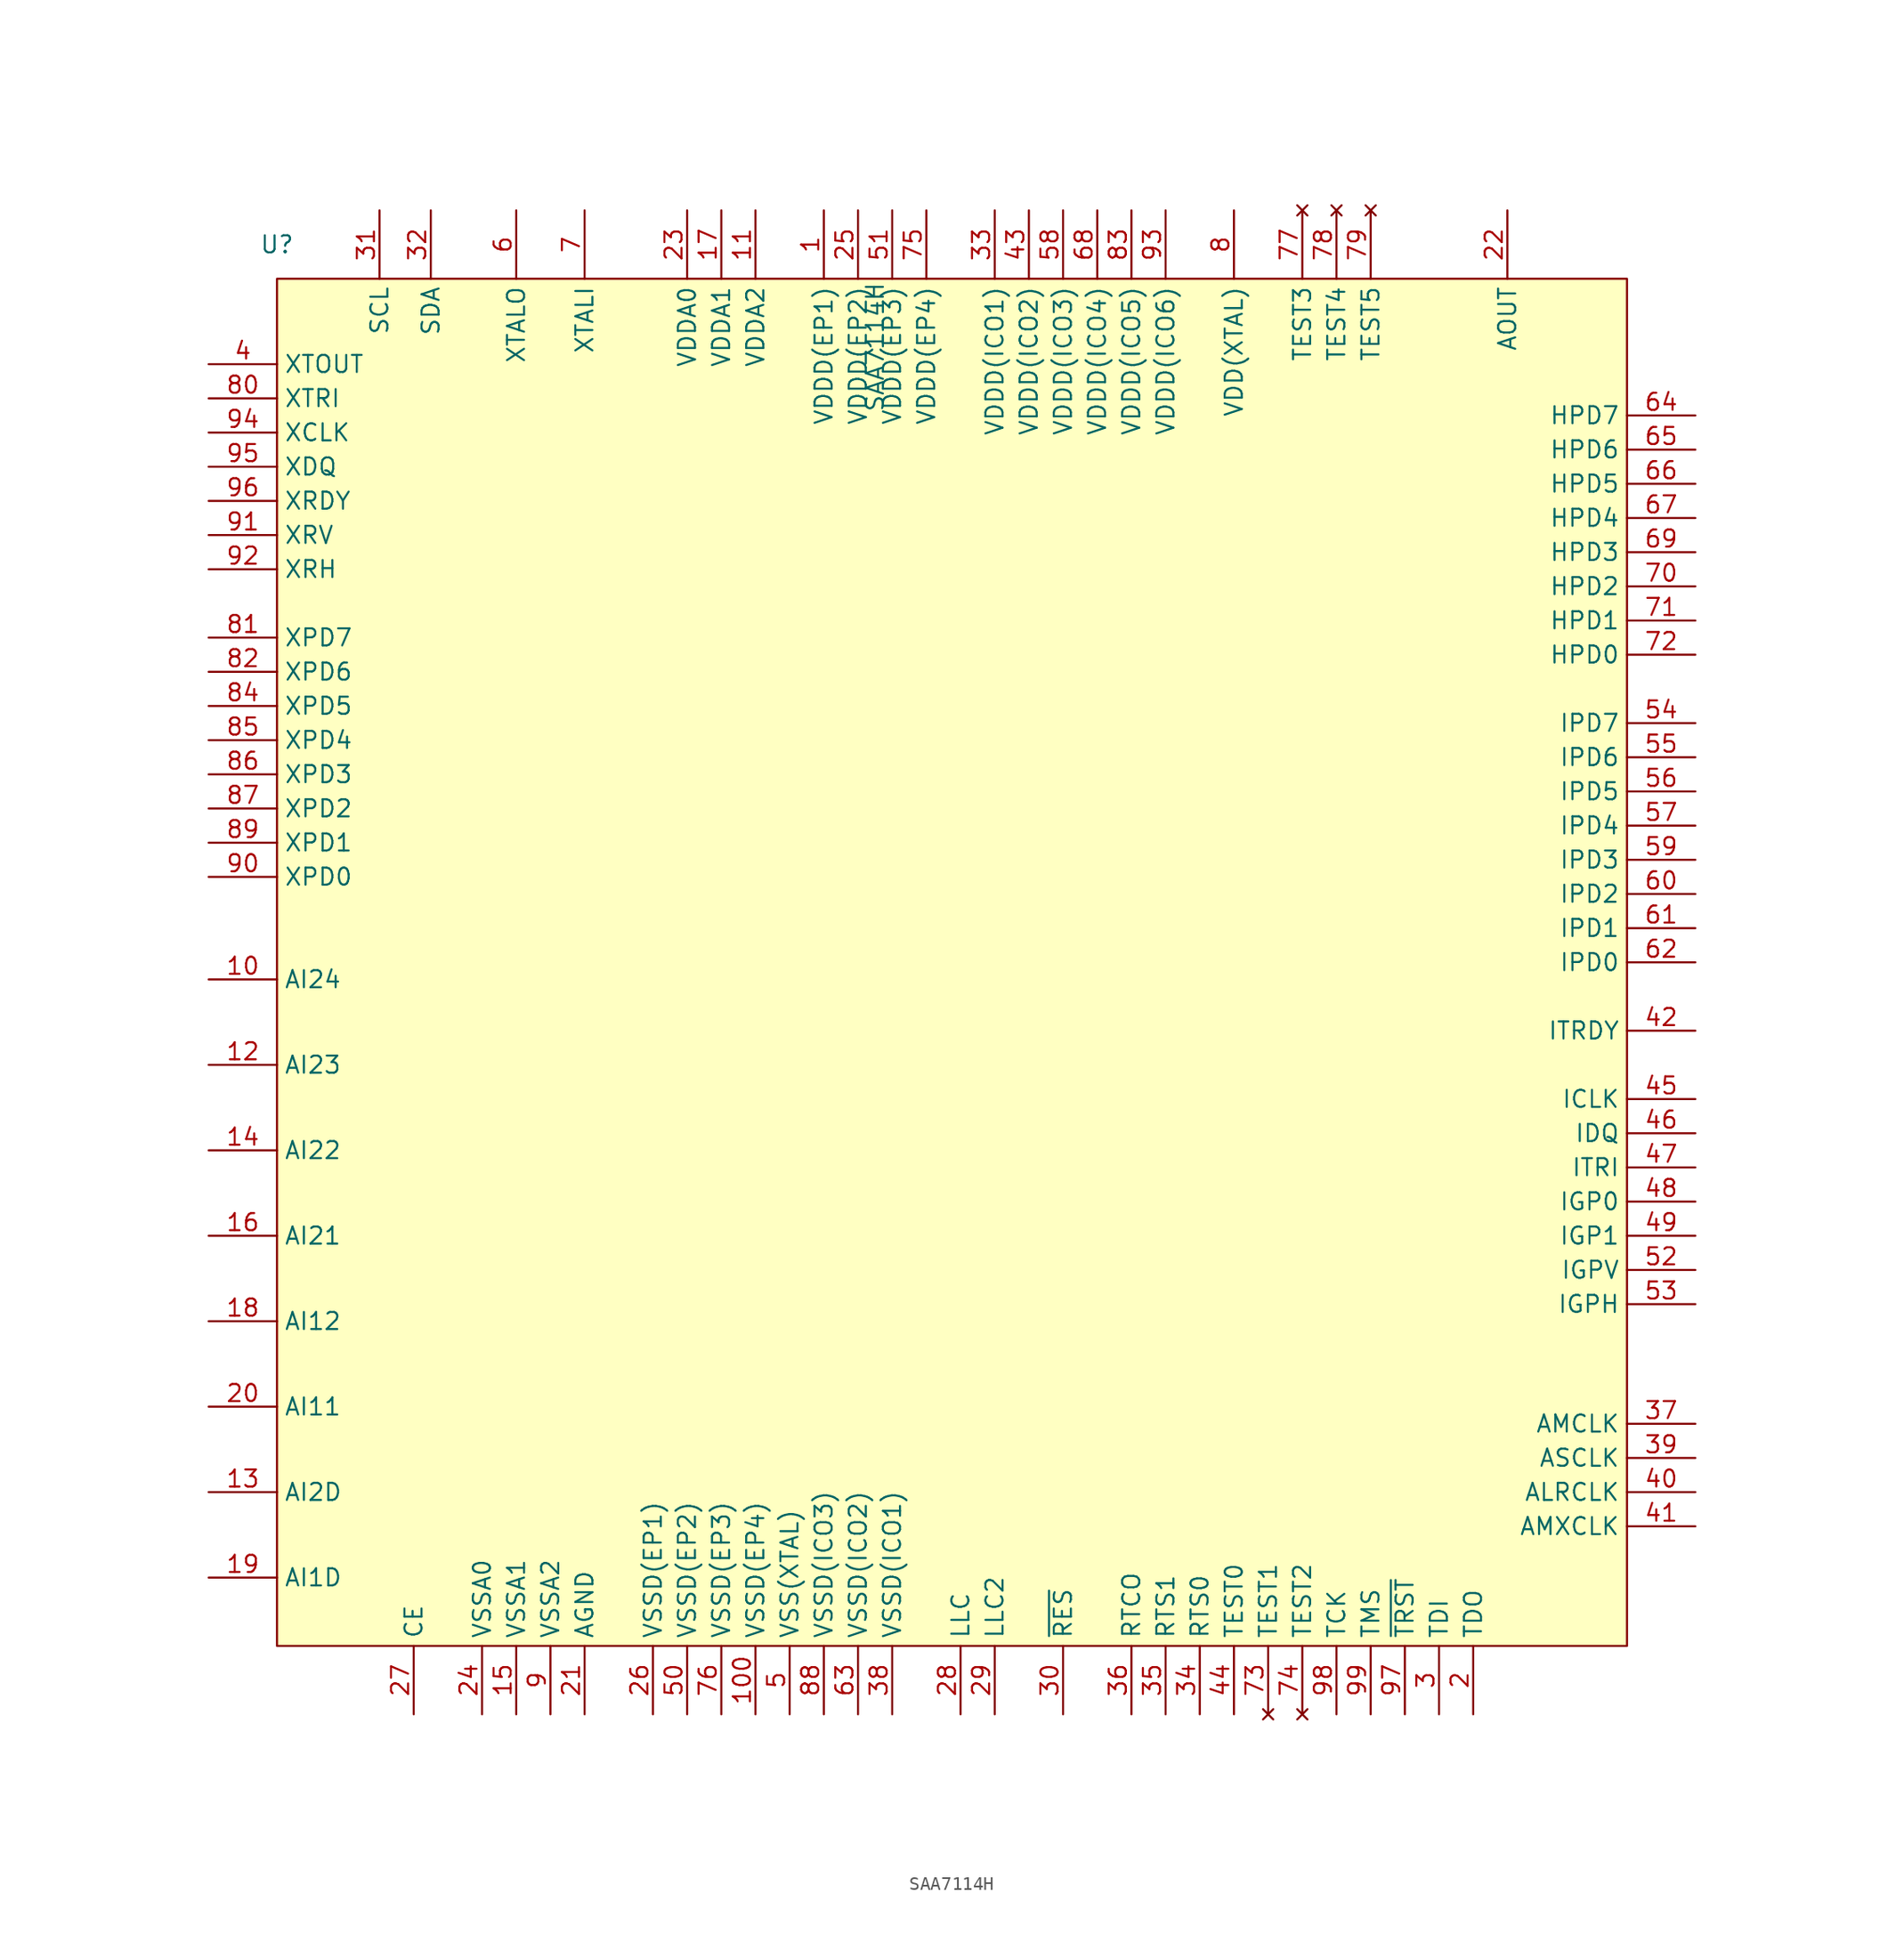
<source format=kicad_sym>
(kicad_symbol_lib
  (version 20220914)
  (generator kicad_symbol_editor)
  (symbol "SAA7114H"
    (property "Reference" "U"
      (at -50.8 53.34 0)
      (effects (font (size 1.27 1.27))))
    (property "Value" "SAA7114H"
      (at -6.35 45.72 90)
      (effects (font (size 1.27 1.27))))
    (symbol "SAA7114H_1_1"
      (rectangle (start -50.8 50.8) (end 49.53 -50.8) (stroke (width 0) (type default)) (fill (type background)))
      (pin power_in line (at -10.16 55.88 270) (length 5.08) (name "VDDD(EP1)" (effects (font (size 1.27 1.27)))) (number "1" (effects (font (size 1.27 1.27)))))
      (pin input line (at -55.88 -1.27 0) (length 5.08) (name "AI24" (effects (font (size 1.27 1.27)))) (number "10" (effects (font (size 1.27 1.27)))))
      (pin power_in line (at -15.24 -55.88 90) (length 5.08) (name "VSSD(EP4)" (effects (font (size 1.27 1.27)))) (number "100" (effects (font (size 1.27 1.27)))))
      (pin power_in line (at -15.24 55.88 270) (length 5.08) (name "VDDA2" (effects (font (size 1.27 1.27)))) (number "11" (effects (font (size 1.27 1.27)))))
      (pin input line (at -55.88 -7.62 0) (length 5.08) (name "AI23" (effects (font (size 1.27 1.27)))) (number "12" (effects (font (size 1.27 1.27)))))
      (pin input line (at -55.88 -39.37 0) (length 5.08) (name "AI2D" (effects (font (size 1.27 1.27)))) (number "13" (effects (font (size 1.27 1.27)))))
      (pin input line (at -55.88 -13.97 0) (length 5.08) (name "AI22" (effects (font (size 1.27 1.27)))) (number "14" (effects (font (size 1.27 1.27)))))
      (pin power_in line (at -33.02 -55.88 90) (length 5.08) (name "VSSA1" (effects (font (size 1.27 1.27)))) (number "15" (effects (font (size 1.27 1.27)))))
      (pin input line (at -55.88 -20.32 0) (length 5.08) (name "AI21" (effects (font (size 1.27 1.27)))) (number "16" (effects (font (size 1.27 1.27)))))
      (pin power_in line (at -17.78 55.88 270) (length 5.08) (name "VDDA1" (effects (font (size 1.27 1.27)))) (number "17" (effects (font (size 1.27 1.27)))))
      (pin input line (at -55.88 -26.67 0) (length 5.08) (name "AI12" (effects (font (size 1.27 1.27)))) (number "18" (effects (font (size 1.27 1.27)))))
      (pin input line (at -55.88 -45.72 0) (length 5.08) (name "AI1D" (effects (font (size 1.27 1.27)))) (number "19" (effects (font (size 1.27 1.27)))))
      (pin tri_state line (at 38.1 -55.88 90) (length 5.08) (name "TDO" (effects (font (size 1.27 1.27)))) (number "2" (effects (font (size 1.27 1.27)))))
      (pin input line (at -55.88 -33.02 0) (length 5.08) (name "AI11" (effects (font (size 1.27 1.27)))) (number "20" (effects (font (size 1.27 1.27)))))
      (pin power_in line (at -27.94 -55.88 90) (length 5.08) (name "AGND" (effects (font (size 1.27 1.27)))) (number "21" (effects (font (size 1.27 1.27)))))
      (pin output line (at 40.64 55.88 270) (length 5.08) (name "AOUT" (effects (font (size 1.27 1.27)))) (number "22" (effects (font (size 1.27 1.27)))))
      (pin power_in line (at -20.32 55.88 270) (length 5.08) (name "VDDA0" (effects (font (size 1.27 1.27)))) (number "23" (effects (font (size 1.27 1.27)))))
      (pin power_in line (at -35.56 -55.88 90) (length 5.08) (name "VSSA0" (effects (font (size 1.27 1.27)))) (number "24" (effects (font (size 1.27 1.27)))))
      (pin power_in line (at -7.62 55.88 270) (length 5.08) (name "VDDD(EP2)" (effects (font (size 1.27 1.27)))) (number "25" (effects (font (size 1.27 1.27)))))
      (pin power_in line (at -22.86 -55.88 90) (length 5.08) (name "VSSD(EP1)" (effects (font (size 1.27 1.27)))) (number "26" (effects (font (size 1.27 1.27)))))
      (pin input line (at -40.64 -55.88 90) (length 5.08) (name "CE" (effects (font (size 1.27 1.27)))) (number "27" (effects (font (size 1.27 1.27)))))
      (pin output line (at 0 -55.88 90) (length 5.08) (name "LLC" (effects (font (size 1.27 1.27)))) (number "28" (effects (font (size 1.27 1.27)))))
      (pin output line (at 2.54 -55.88 90) (length 5.08) (name "LLC2" (effects (font (size 1.27 1.27)))) (number "29" (effects (font (size 1.27 1.27)))))
      (pin input line (at 35.56 -55.88 90) (length 5.08) (name "TDI" (effects (font (size 1.27 1.27)))) (number "3" (effects (font (size 1.27 1.27)))))
      (pin output line (at 7.62 -55.88 90) (length 5.08) (name "~{RES}" (effects (font (size 1.27 1.27)))) (number "30" (effects (font (size 1.27 1.27)))))
      (pin input line (at -43.18 55.88 270) (length 5.08) (name "SCL" (effects (font (size 1.27 1.27)))) (number "31" (effects (font (size 1.27 1.27)))))
      (pin bidirectional line (at -39.37 55.88 270) (length 5.08) (name "SDA" (effects (font (size 1.27 1.27)))) (number "32" (effects (font (size 1.27 1.27)))))
      (pin power_in line (at 2.54 55.88 270) (length 5.08) (name "VDDD(ICO1)" (effects (font (size 1.27 1.27)))) (number "33" (effects (font (size 1.27 1.27)))))
      (pin output line (at 17.78 -55.88 90) (length 5.08) (name "RTS0" (effects (font (size 1.27 1.27)))) (number "34" (effects (font (size 1.27 1.27)))))
      (pin output line (at 15.24 -55.88 90) (length 5.08) (name "RTS1" (effects (font (size 1.27 1.27)))) (number "35" (effects (font (size 1.27 1.27)))))
      (pin output line (at 12.7 -55.88 90) (length 5.08) (name "RTCO" (effects (font (size 1.27 1.27)))) (number "36" (effects (font (size 1.27 1.27)))))
      (pin output line (at 54.61 -34.29 180) (length 5.08) (name "AMCLK" (effects (font (size 1.27 1.27)))) (number "37" (effects (font (size 1.27 1.27)))))
      (pin power_in line (at -5.08 -55.88 90) (length 5.08) (name "VSSD(ICO1)" (effects (font (size 1.27 1.27)))) (number "38" (effects (font (size 1.27 1.27)))))
      (pin output line (at 54.61 -36.83 180) (length 5.08) (name "ASCLK" (effects (font (size 1.27 1.27)))) (number "39" (effects (font (size 1.27 1.27)))))
      (pin output line (at -55.88 44.45 0) (length 5.08) (name "XTOUT" (effects (font (size 1.27 1.27)))) (number "4" (effects (font (size 1.27 1.27)))))
      (pin output line (at 54.61 -39.37 180) (length 5.08) (name "ALRCLK" (effects (font (size 1.27 1.27)))) (number "40" (effects (font (size 1.27 1.27)))))
      (pin input line (at 54.61 -41.91 180) (length 5.08) (name "AMXCLK" (effects (font (size 1.27 1.27)))) (number "41" (effects (font (size 1.27 1.27)))))
      (pin input line (at 54.61 -5.08 180) (length 5.08) (name "ITRDY" (effects (font (size 1.27 1.27)))) (number "42" (effects (font (size 1.27 1.27)))))
      (pin power_in line (at 5.08 55.88 270) (length 5.08) (name "VDDD(ICO2)" (effects (font (size 1.27 1.27)))) (number "43" (effects (font (size 1.27 1.27)))))
      (pin output line (at 20.32 -55.88 90) (length 5.08) (name "TEST0" (effects (font (size 1.27 1.27)))) (number "44" (effects (font (size 1.27 1.27)))))
      (pin bidirectional line (at 54.61 -10.16 180) (length 5.08) (name "ICLK" (effects (font (size 1.27 1.27)))) (number "45" (effects (font (size 1.27 1.27)))))
      (pin output line (at 54.61 -12.7 180) (length 5.08) (name "IDQ" (effects (font (size 1.27 1.27)))) (number "46" (effects (font (size 1.27 1.27)))))
      (pin input line (at 54.61 -15.24 180) (length 5.08) (name "ITRI" (effects (font (size 1.27 1.27)))) (number "47" (effects (font (size 1.27 1.27)))))
      (pin output line (at 54.61 -17.78 180) (length 5.08) (name "IGP0" (effects (font (size 1.27 1.27)))) (number "48" (effects (font (size 1.27 1.27)))))
      (pin output line (at 54.61 -20.32 180) (length 5.08) (name "IGP1" (effects (font (size 1.27 1.27)))) (number "49" (effects (font (size 1.27 1.27)))))
      (pin power_in line (at -12.7 -55.88 90) (length 5.08) (name "VSS(XTAL)" (effects (font (size 1.27 1.27)))) (number "5" (effects (font (size 1.27 1.27)))))
      (pin power_in line (at -20.32 -55.88 90) (length 5.08) (name "VSSD(EP2)" (effects (font (size 1.27 1.27)))) (number "50" (effects (font (size 1.27 1.27)))))
      (pin power_in line (at -5.08 55.88 270) (length 5.08) (name "VDDD(EP3)" (effects (font (size 1.27 1.27)))) (number "51" (effects (font (size 1.27 1.27)))))
      (pin output line (at 54.61 -22.86 180) (length 5.08) (name "IGPV" (effects (font (size 1.27 1.27)))) (number "52" (effects (font (size 1.27 1.27)))))
      (pin output line (at 54.61 -25.4 180) (length 5.08) (name "IGPH" (effects (font (size 1.27 1.27)))) (number "53" (effects (font (size 1.27 1.27)))))
      (pin output line (at 54.61 17.78 180) (length 5.08) (name "IPD7" (effects (font (size 1.27 1.27)))) (number "54" (effects (font (size 1.27 1.27)))))
      (pin output line (at 54.61 15.24 180) (length 5.08) (name "IPD6" (effects (font (size 1.27 1.27)))) (number "55" (effects (font (size 1.27 1.27)))))
      (pin output line (at 54.61 12.7 180) (length 5.08) (name "IPD5" (effects (font (size 1.27 1.27)))) (number "56" (effects (font (size 1.27 1.27)))))
      (pin output line (at 54.61 10.16 180) (length 5.08) (name "IPD4" (effects (font (size 1.27 1.27)))) (number "57" (effects (font (size 1.27 1.27)))))
      (pin power_in line (at 7.62 55.88 270) (length 5.08) (name "VDDD(ICO3)" (effects (font (size 1.27 1.27)))) (number "58" (effects (font (size 1.27 1.27)))))
      (pin output line (at 54.61 7.62 180) (length 5.08) (name "IPD3" (effects (font (size 1.27 1.27)))) (number "59" (effects (font (size 1.27 1.27)))))
      (pin output line (at -33.02 55.88 270) (length 5.08) (name "XTALO" (effects (font (size 1.27 1.27)))) (number "6" (effects (font (size 1.27 1.27)))))
      (pin output line (at 54.61 5.08 180) (length 5.08) (name "IPD2" (effects (font (size 1.27 1.27)))) (number "60" (effects (font (size 1.27 1.27)))))
      (pin output line (at 54.61 2.54 180) (length 5.08) (name "IPD1" (effects (font (size 1.27 1.27)))) (number "61" (effects (font (size 1.27 1.27)))))
      (pin output line (at 54.61 0 180) (length 5.08) (name "IPD0" (effects (font (size 1.27 1.27)))) (number "62" (effects (font (size 1.27 1.27)))))
      (pin power_in line (at -7.62 -55.88 90) (length 5.08) (name "VSSD(ICO2)" (effects (font (size 1.27 1.27)))) (number "63" (effects (font (size 1.27 1.27)))))
      (pin bidirectional line (at 54.61 40.64 180) (length 5.08) (name "HPD7" (effects (font (size 1.27 1.27)))) (number "64" (effects (font (size 1.27 1.27)))))
      (pin bidirectional line (at 54.61 38.1 180) (length 5.08) (name "HPD6" (effects (font (size 1.27 1.27)))) (number "65" (effects (font (size 1.27 1.27)))))
      (pin bidirectional line (at 54.61 35.56 180) (length 5.08) (name "HPD5" (effects (font (size 1.27 1.27)))) (number "66" (effects (font (size 1.27 1.27)))))
      (pin bidirectional line (at 54.61 33.02 180) (length 5.08) (name "HPD4" (effects (font (size 1.27 1.27)))) (number "67" (effects (font (size 1.27 1.27)))))
      (pin power_in line (at 10.16 55.88 270) (length 5.08) (name "VDDD(ICO4)" (effects (font (size 1.27 1.27)))) (number "68" (effects (font (size 1.27 1.27)))))
      (pin bidirectional line (at 54.61 30.48 180) (length 5.08) (name "HPD3" (effects (font (size 1.27 1.27)))) (number "69" (effects (font (size 1.27 1.27)))))
      (pin input line (at -27.94 55.88 270) (length 5.08) (name "XTALI" (effects (font (size 1.27 1.27)))) (number "7" (effects (font (size 1.27 1.27)))))
      (pin bidirectional line (at 54.61 27.94 180) (length 5.08) (name "HPD2" (effects (font (size 1.27 1.27)))) (number "70" (effects (font (size 1.27 1.27)))))
      (pin bidirectional line (at 54.61 25.4 180) (length 5.08) (name "HPD1" (effects (font (size 1.27 1.27)))) (number "71" (effects (font (size 1.27 1.27)))))
      (pin bidirectional line (at 54.61 22.86 180) (length 5.08) (name "HPD0" (effects (font (size 1.27 1.27)))) (number "72" (effects (font (size 1.27 1.27)))))
      (pin no_connect line (at 22.86 -55.88 90) (length 5.08) (name "TEST1" (effects (font (size 1.27 1.27)))) (number "73" (effects (font (size 1.27 1.27)))))
      (pin no_connect line (at 25.4 -55.88 90) (length 5.08) (name "TEST2" (effects (font (size 1.27 1.27)))) (number "74" (effects (font (size 1.27 1.27)))))
      (pin power_in line (at -2.54 55.88 270) (length 5.08) (name "VDDD(EP4)" (effects (font (size 1.27 1.27)))) (number "75" (effects (font (size 1.27 1.27)))))
      (pin power_in line (at -17.78 -55.88 90) (length 5.08) (name "VSSD(EP3)" (effects (font (size 1.27 1.27)))) (number "76" (effects (font (size 1.27 1.27)))))
      (pin no_connect line (at 25.4 55.88 270) (length 5.08) (name "TEST3" (effects (font (size 1.27 1.27)))) (number "77" (effects (font (size 1.27 1.27)))))
      (pin no_connect line (at 27.94 55.88 270) (length 5.08) (name "TEST4" (effects (font (size 1.27 1.27)))) (number "78" (effects (font (size 1.27 1.27)))))
      (pin no_connect line (at 30.48 55.88 270) (length 5.08) (name "TEST5" (effects (font (size 1.27 1.27)))) (number "79" (effects (font (size 1.27 1.27)))))
      (pin power_in line (at 20.32 55.88 270) (length 5.08) (name "VDD(XTAL)" (effects (font (size 1.27 1.27)))) (number "8" (effects (font (size 1.27 1.27)))))
      (pin input line (at -55.88 41.91 0) (length 5.08) (name "XTRI" (effects (font (size 1.27 1.27)))) (number "80" (effects (font (size 1.27 1.27)))))
      (pin bidirectional line (at -55.88 24.13 0) (length 5.08) (name "XPD7" (effects (font (size 1.27 1.27)))) (number "81" (effects (font (size 1.27 1.27)))))
      (pin bidirectional line (at -55.88 21.59 0) (length 5.08) (name "XPD6" (effects (font (size 1.27 1.27)))) (number "82" (effects (font (size 1.27 1.27)))))
      (pin power_in line (at 12.7 55.88 270) (length 5.08) (name "VDDD(ICO5)" (effects (font (size 1.27 1.27)))) (number "83" (effects (font (size 1.27 1.27)))))
      (pin bidirectional line (at -55.88 19.05 0) (length 5.08) (name "XPD5" (effects (font (size 1.27 1.27)))) (number "84" (effects (font (size 1.27 1.27)))))
      (pin bidirectional line (at -55.88 16.51 0) (length 5.08) (name "XPD4" (effects (font (size 1.27 1.27)))) (number "85" (effects (font (size 1.27 1.27)))))
      (pin bidirectional line (at -55.88 13.97 0) (length 5.08) (name "XPD3" (effects (font (size 1.27 1.27)))) (number "86" (effects (font (size 1.27 1.27)))))
      (pin bidirectional line (at -55.88 11.43 0) (length 5.08) (name "XPD2" (effects (font (size 1.27 1.27)))) (number "87" (effects (font (size 1.27 1.27)))))
      (pin power_in line (at -10.16 -55.88 90) (length 5.08) (name "VSSD(ICO3)" (effects (font (size 1.27 1.27)))) (number "88" (effects (font (size 1.27 1.27)))))
      (pin bidirectional line (at -55.88 8.89 0) (length 5.08) (name "XPD1" (effects (font (size 1.27 1.27)))) (number "89" (effects (font (size 1.27 1.27)))))
      (pin power_in line (at -30.48 -55.88 90) (length 5.08) (name "VSSA2" (effects (font (size 1.27 1.27)))) (number "9" (effects (font (size 1.27 1.27)))))
      (pin bidirectional line (at -55.88 6.35 0) (length 5.08) (name "XPD0" (effects (font (size 1.27 1.27)))) (number "90" (effects (font (size 1.27 1.27)))))
      (pin bidirectional line (at -55.88 31.75 0) (length 5.08) (name "XRV" (effects (font (size 1.27 1.27)))) (number "91" (effects (font (size 1.27 1.27)))))
      (pin bidirectional line (at -55.88 29.21 0) (length 5.08) (name "XRH" (effects (font (size 1.27 1.27)))) (number "92" (effects (font (size 1.27 1.27)))))
      (pin power_in line (at 15.24 55.88 270) (length 5.08) (name "VDDD(ICO6)" (effects (font (size 1.27 1.27)))) (number "93" (effects (font (size 1.27 1.27)))))
      (pin bidirectional line (at -55.88 39.37 0) (length 5.08) (name "XCLK" (effects (font (size 1.27 1.27)))) (number "94" (effects (font (size 1.27 1.27)))))
      (pin bidirectional line (at -55.88 36.83 0) (length 5.08) (name "XDQ" (effects (font (size 1.27 1.27)))) (number "95" (effects (font (size 1.27 1.27)))))
      (pin output line (at -55.88 34.29 0) (length 5.08) (name "XRDY" (effects (font (size 1.27 1.27)))) (number "96" (effects (font (size 1.27 1.27)))))
      (pin input line (at 33.02 -55.88 90) (length 5.08) (name "~{TRST}" (effects (font (size 1.27 1.27)))) (number "97" (effects (font (size 1.27 1.27)))))
      (pin input line (at 27.94 -55.88 90) (length 5.08) (name "TCK" (effects (font (size 1.27 1.27)))) (number "98" (effects (font (size 1.27 1.27)))))
      (pin input line (at 30.48 -55.88 90) (length 5.08) (name "TMS" (effects (font (size 1.27 1.27)))) (number "99" (effects (font (size 1.27 1.27))))))))
</source>
